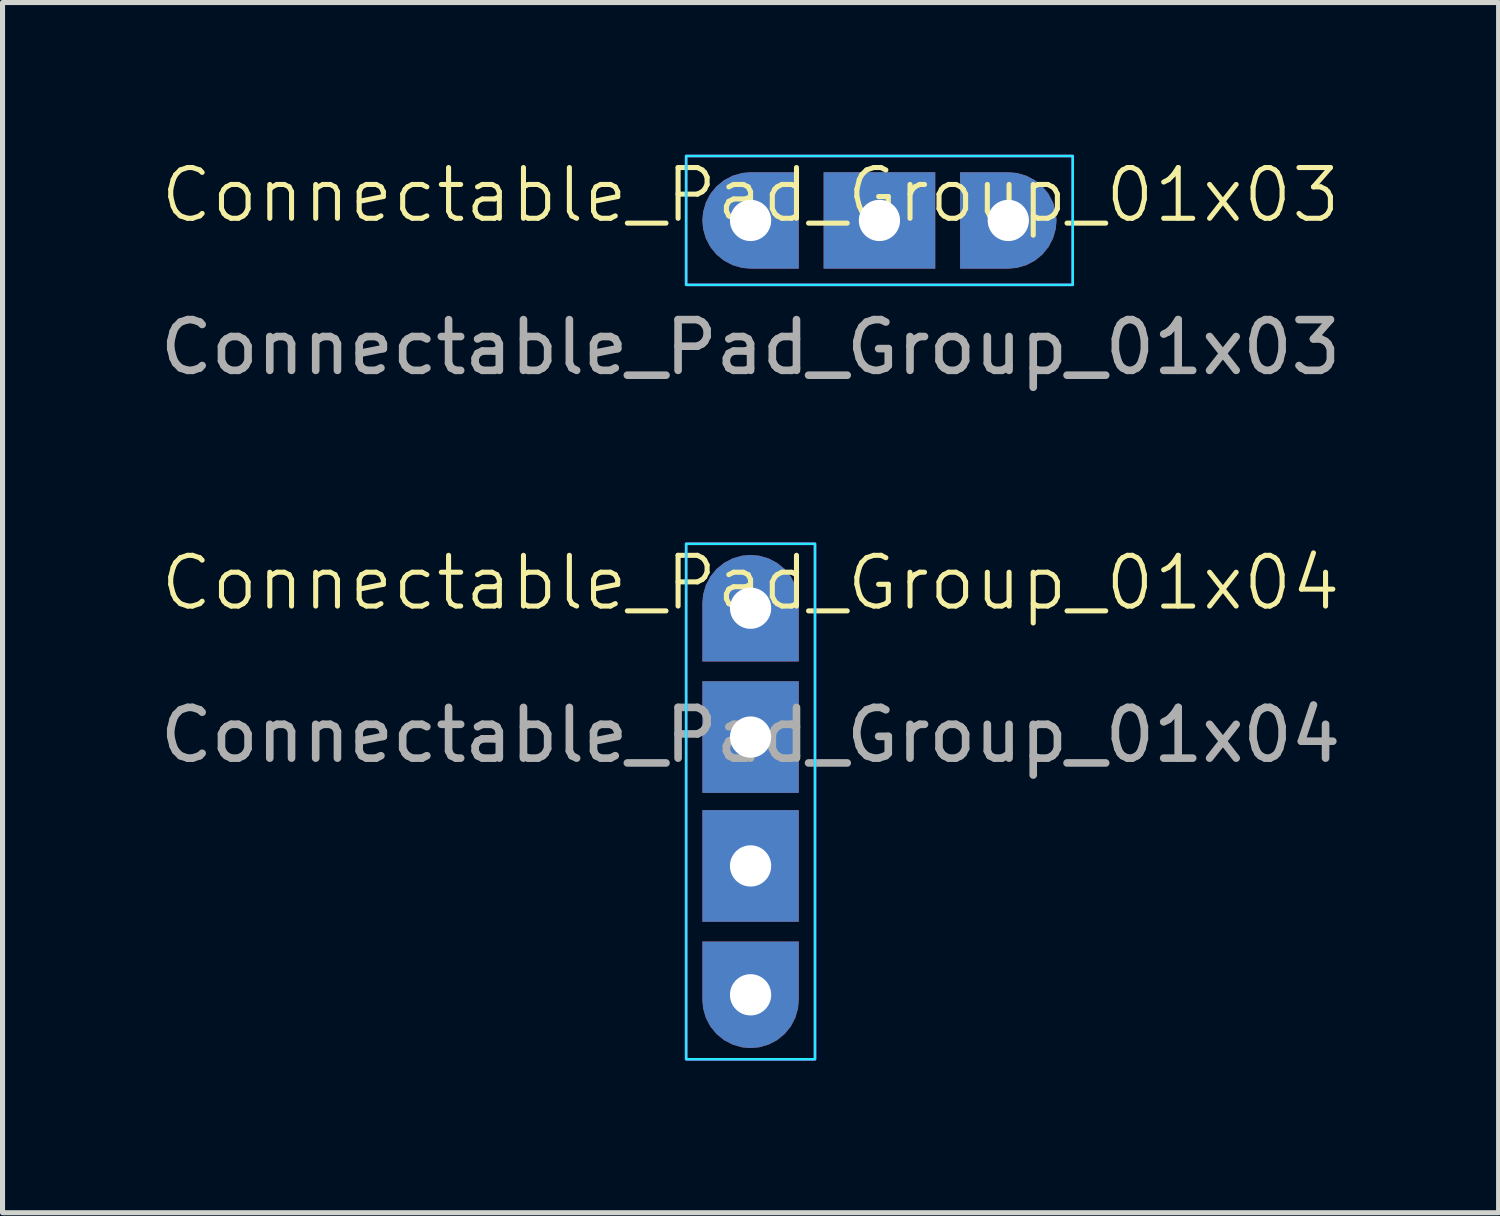
<source format=kicad_pcb>
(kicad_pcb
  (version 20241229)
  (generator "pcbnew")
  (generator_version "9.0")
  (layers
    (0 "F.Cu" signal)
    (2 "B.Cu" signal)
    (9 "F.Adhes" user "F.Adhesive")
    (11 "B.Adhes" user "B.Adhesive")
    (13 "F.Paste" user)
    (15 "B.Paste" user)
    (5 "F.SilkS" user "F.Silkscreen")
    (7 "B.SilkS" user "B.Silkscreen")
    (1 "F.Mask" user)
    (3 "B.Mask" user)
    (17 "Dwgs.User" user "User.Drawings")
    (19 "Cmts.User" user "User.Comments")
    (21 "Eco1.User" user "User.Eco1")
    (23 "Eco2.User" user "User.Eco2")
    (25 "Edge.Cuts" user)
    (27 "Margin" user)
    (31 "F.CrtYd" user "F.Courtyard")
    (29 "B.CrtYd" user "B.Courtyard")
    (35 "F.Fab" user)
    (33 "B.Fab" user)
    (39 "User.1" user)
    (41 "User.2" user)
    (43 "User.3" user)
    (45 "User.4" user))
  (footprint "Connectable_Pad_Group_01x04"
    (layer "F.Cu")
    (at 11.744 8.938)
    (property "Reference" "Connectable_Pad_Group_01x04" (at 0 -0.5 0) (unlocked yes) (layer "F.SilkS") (effects (font (size 1 1) (thickness 0.1))))
    (attr through_hole)
    (fp_rect (start -1.27 -1.27) (end 1.27 8.89) (stroke (width 0.05) (type default)) (fill no) (layer "B.CrtYd"))
    (fp_rect (start 1.27 8.89) (end -1.27 -1.27) (stroke (width 0.05) (type default)) (fill no) (layer "F.CrtYd"))
    (fp_text user "${REFERENCE}" (at 0 2.5 0) (unlocked yes) (layer "F.Fab") (effects (font (size 1 1) (thickness 0.15))))
    (pad "1" thru_hole roundrect (at 0 0) (size 1.9 2.1) (drill 0.813) (layers "*.Cu" "*.Mask") (roundrect_rratio 0.5) (chamfer_ratio 0) (chamfer bottom_left bottom_right))
    (pad "1" thru_hole rect (at 0 2.54) (size 1.9 2.2) (drill 0.813) (layers "*.Cu" "*.Mask"))
    (pad "1" thru_hole rect (at 0 5.08) (size 1.9 2.2) (drill 0.813) (layers "*.Cu" "*.Mask"))
    (pad "1" thru_hole roundrect (at 0 7.62) (size 1.9 2.1) (drill 0.813) (layers "*.Cu" "*.Mask") (roundrect_rratio 0.5) (chamfer_ratio 0) (chamfer top_left top_right)))
  (footprint "Connectable_Pad_Group_01x03"
    (layer "F.Cu")
    (at 11.744 1.295)
    (property "Reference" "Connectable_Pad_Group_01x03" (at 0 -0.5 0) (unlocked yes) (layer "F.SilkS") (effects (font (size 1 1) (thickness 0.1))))
    (attr through_hole)
    (fp_rect (start 6.35 1.27) (end -1.27 -1.27) (stroke (width 0.05) (type default)) (fill no) (layer "B.CrtYd"))
    (fp_rect (start -1.27 -1.27) (end 6.35 1.27) (stroke (width 0.05) (type default)) (fill no) (layer "F.CrtYd"))
    (fp_text user "${REFERENCE}" (at 0 2.5 0) (unlocked yes) (layer "F.Fab") (effects (font (size 1 1) (thickness 0.15))))
    (pad "1" thru_hole roundrect (at 0 0) (size 1.9 1.9) (drill 0.813) (layers "*.Cu" "*.Mask") (roundrect_rratio 0.5) (chamfer_ratio 0) (chamfer top_right bottom_right))
    (pad "1" thru_hole rect (at 2.54 0) (size 2.2 1.9) (drill 0.813) (layers "*.Cu" "*.Mask"))
    (pad "1" thru_hole roundrect (at 5.08 0) (size 1.9 1.9) (drill 0.813) (layers "*.Cu" "*.Mask") (roundrect_rratio 0.5) (chamfer_ratio 0) (chamfer top_left bottom_left)))
  (gr_rect
    (start -3 -3)
    (end 26.488 20.853)
    (stroke (width 0.1) (type default))
    (fill no)
    (layer "Edge.Cuts")))
</source>
